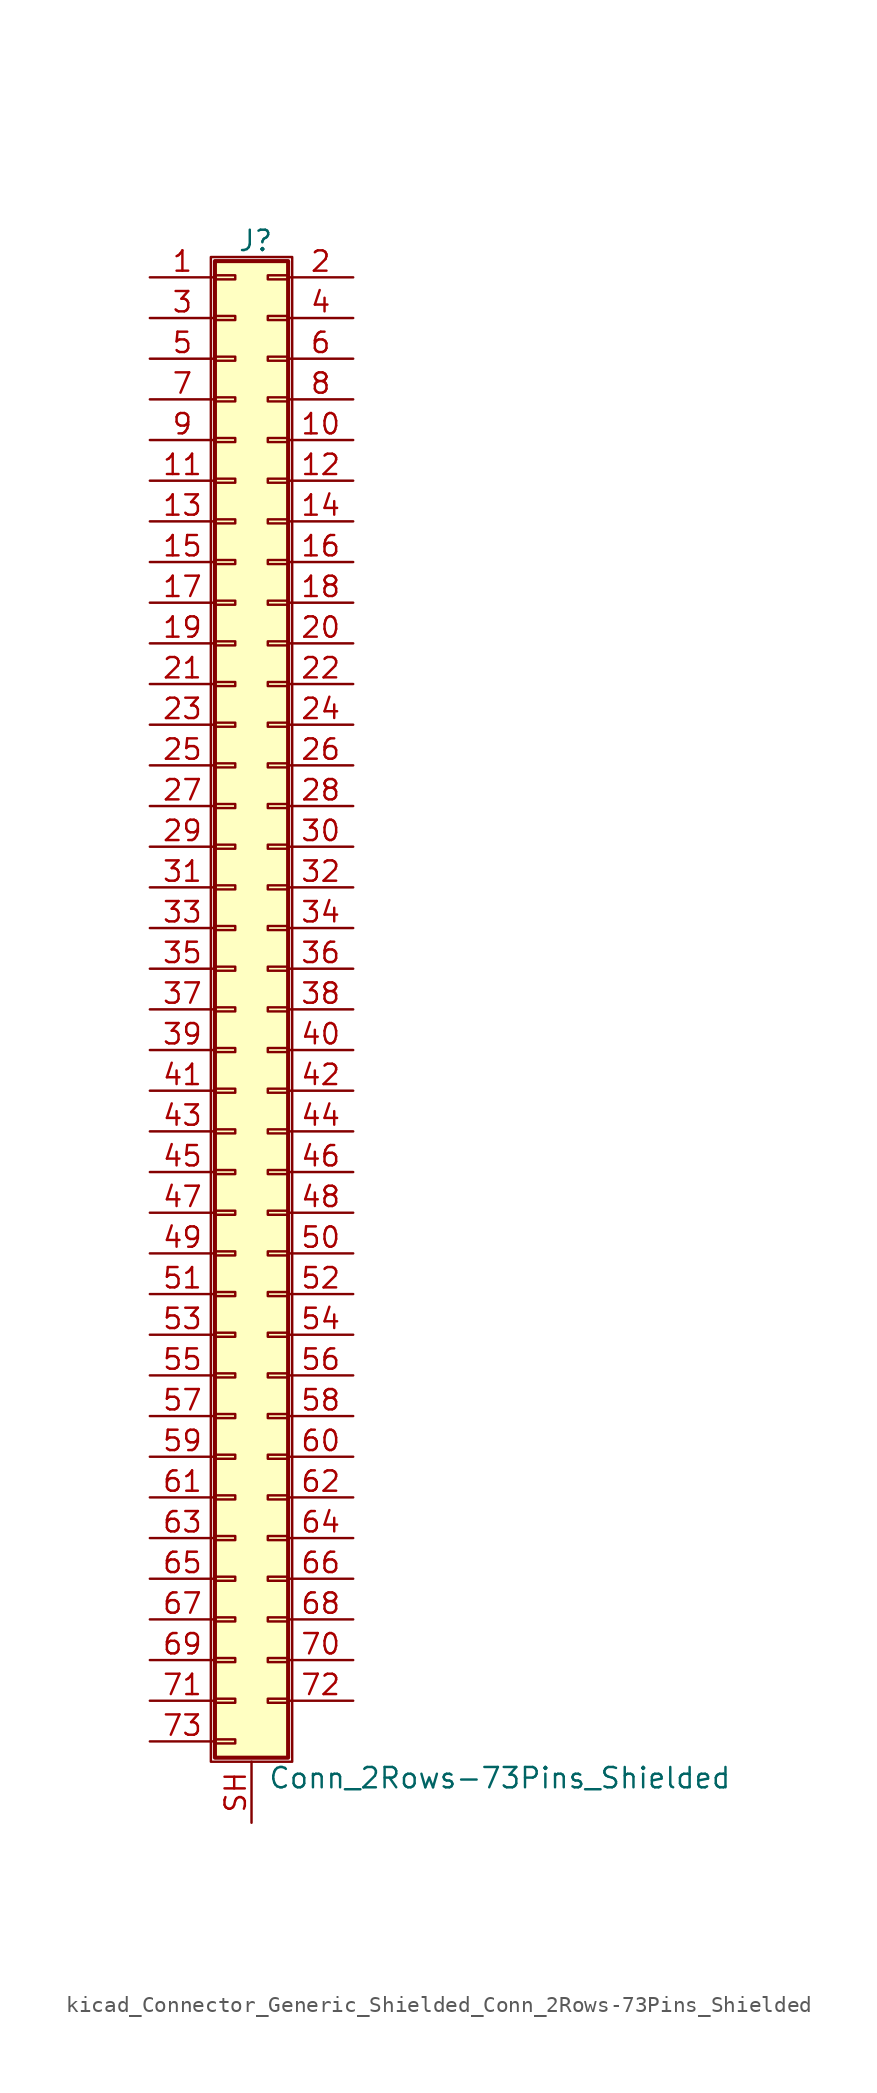
<source format=kicad_sym>
(kicad_symbol_lib
  (version 20220914)
  (generator kicad_symbol_editor)
  (symbol "kicad_Connector_Generic_Shielded_Conn_2Rows-73Pins_Shielded"
    (pin_names
      (offset 1.016) hide)
    (property "Reference" "J"
      (at 1.524 48.006 0)
      (effects (font (size 1.27 1.27))))
    (property "Value" "Conn_2Rows-73Pins_Shielded"
      (at 2.286 -48.006 0)
      (effects (font (size 1.27 1.27)) (justify left)))
    (symbol "kicad_Connector_Generic_Shielded_Conn_2Rows-73Pins_Shielded_1_1"
      (rectangle (start -1.27 46.99) (end 3.81 -46.99) (stroke (width 0.152) (type default)) (fill (type none)))
      (rectangle (start -1.016 -45.593) (end 0.254 -45.847) (stroke (width 0.152) (type default)) (fill (type none)))
      (rectangle (start -1.016 -43.053) (end 0.254 -43.307) (stroke (width 0.152) (type default)) (fill (type none)))
      (rectangle (start -1.016 -40.513) (end 0.254 -40.767) (stroke (width 0.152) (type default)) (fill (type none)))
      (rectangle (start -1.016 -37.973) (end 0.254 -38.227) (stroke (width 0.152) (type default)) (fill (type none)))
      (rectangle (start -1.016 -35.433) (end 0.254 -35.687) (stroke (width 0.152) (type default)) (fill (type none)))
      (rectangle (start -1.016 -32.893) (end 0.254 -33.147) (stroke (width 0.152) (type default)) (fill (type none)))
      (rectangle (start -1.016 -30.353) (end 0.254 -30.607) (stroke (width 0.152) (type default)) (fill (type none)))
      (rectangle (start -1.016 -27.813) (end 0.254 -28.067) (stroke (width 0.152) (type default)) (fill (type none)))
      (rectangle (start -1.016 -25.273) (end 0.254 -25.527) (stroke (width 0.152) (type default)) (fill (type none)))
      (rectangle (start -1.016 -22.733) (end 0.254 -22.987) (stroke (width 0.152) (type default)) (fill (type none)))
      (rectangle (start -1.016 -20.193) (end 0.254 -20.447) (stroke (width 0.152) (type default)) (fill (type none)))
      (rectangle (start -1.016 -17.653) (end 0.254 -17.907) (stroke (width 0.152) (type default)) (fill (type none)))
      (rectangle (start -1.016 -15.113) (end 0.254 -15.367) (stroke (width 0.152) (type default)) (fill (type none)))
      (rectangle (start -1.016 -12.573) (end 0.254 -12.827) (stroke (width 0.152) (type default)) (fill (type none)))
      (rectangle (start -1.016 -10.033) (end 0.254 -10.287) (stroke (width 0.152) (type default)) (fill (type none)))
      (rectangle (start -1.016 -7.493) (end 0.254 -7.747) (stroke (width 0.152) (type default)) (fill (type none)))
      (rectangle (start -1.016 -4.953) (end 0.254 -5.207) (stroke (width 0.152) (type default)) (fill (type none)))
      (rectangle (start -1.016 -2.413) (end 0.254 -2.667) (stroke (width 0.152) (type default)) (fill (type none)))
      (rectangle (start -1.016 0.127) (end 0.254 -0.127) (stroke (width 0.152) (type default)) (fill (type none)))
      (rectangle (start -1.016 2.667) (end 0.254 2.413) (stroke (width 0.152) (type default)) (fill (type none)))
      (rectangle (start -1.016 5.207) (end 0.254 4.953) (stroke (width 0.152) (type default)) (fill (type none)))
      (rectangle (start -1.016 7.747) (end 0.254 7.493) (stroke (width 0.152) (type default)) (fill (type none)))
      (rectangle (start -1.016 10.287) (end 0.254 10.033) (stroke (width 0.152) (type default)) (fill (type none)))
      (rectangle (start -1.016 12.827) (end 0.254 12.573) (stroke (width 0.152) (type default)) (fill (type none)))
      (rectangle (start -1.016 15.367) (end 0.254 15.113) (stroke (width 0.152) (type default)) (fill (type none)))
      (rectangle (start -1.016 17.907) (end 0.254 17.653) (stroke (width 0.152) (type default)) (fill (type none)))
      (rectangle (start -1.016 20.447) (end 0.254 20.193) (stroke (width 0.152) (type default)) (fill (type none)))
      (rectangle (start -1.016 22.987) (end 0.254 22.733) (stroke (width 0.152) (type default)) (fill (type none)))
      (rectangle (start -1.016 25.527) (end 0.254 25.273) (stroke (width 0.152) (type default)) (fill (type none)))
      (rectangle (start -1.016 28.067) (end 0.254 27.813) (stroke (width 0.152) (type default)) (fill (type none)))
      (rectangle (start -1.016 30.607) (end 0.254 30.353) (stroke (width 0.152) (type default)) (fill (type none)))
      (rectangle (start -1.016 33.147) (end 0.254 32.893) (stroke (width 0.152) (type default)) (fill (type none)))
      (rectangle (start -1.016 35.687) (end 0.254 35.433) (stroke (width 0.152) (type default)) (fill (type none)))
      (rectangle (start -1.016 38.227) (end 0.254 37.973) (stroke (width 0.152) (type default)) (fill (type none)))
      (rectangle (start -1.016 40.767) (end 0.254 40.513) (stroke (width 0.152) (type default)) (fill (type none)))
      (rectangle (start -1.016 43.307) (end 0.254 43.053) (stroke (width 0.152) (type default)) (fill (type none)))
      (rectangle (start -1.016 45.847) (end 0.254 45.593) (stroke (width 0.152) (type default)) (fill (type none)))
      (rectangle (start -1.016 46.736) (end 3.556 -46.736) (stroke (width 0.254) (type default)) (fill (type background)))
      (rectangle (start 3.556 -43.053) (end 2.286 -43.307) (stroke (width 0.152) (type default)) (fill (type none)))
      (rectangle (start 3.556 -40.513) (end 2.286 -40.767) (stroke (width 0.152) (type default)) (fill (type none)))
      (rectangle (start 3.556 -37.973) (end 2.286 -38.227) (stroke (width 0.152) (type default)) (fill (type none)))
      (rectangle (start 3.556 -35.433) (end 2.286 -35.687) (stroke (width 0.152) (type default)) (fill (type none)))
      (rectangle (start 3.556 -32.893) (end 2.286 -33.147) (stroke (width 0.152) (type default)) (fill (type none)))
      (rectangle (start 3.556 -30.353) (end 2.286 -30.607) (stroke (width 0.152) (type default)) (fill (type none)))
      (rectangle (start 3.556 -27.813) (end 2.286 -28.067) (stroke (width 0.152) (type default)) (fill (type none)))
      (rectangle (start 3.556 -25.273) (end 2.286 -25.527) (stroke (width 0.152) (type default)) (fill (type none)))
      (rectangle (start 3.556 -22.733) (end 2.286 -22.987) (stroke (width 0.152) (type default)) (fill (type none)))
      (rectangle (start 3.556 -20.193) (end 2.286 -20.447) (stroke (width 0.152) (type default)) (fill (type none)))
      (rectangle (start 3.556 -17.653) (end 2.286 -17.907) (stroke (width 0.152) (type default)) (fill (type none)))
      (rectangle (start 3.556 -15.113) (end 2.286 -15.367) (stroke (width 0.152) (type default)) (fill (type none)))
      (rectangle (start 3.556 -12.573) (end 2.286 -12.827) (stroke (width 0.152) (type default)) (fill (type none)))
      (rectangle (start 3.556 -10.033) (end 2.286 -10.287) (stroke (width 0.152) (type default)) (fill (type none)))
      (rectangle (start 3.556 -7.493) (end 2.286 -7.747) (stroke (width 0.152) (type default)) (fill (type none)))
      (rectangle (start 3.556 -4.953) (end 2.286 -5.207) (stroke (width 0.152) (type default)) (fill (type none)))
      (rectangle (start 3.556 -2.413) (end 2.286 -2.667) (stroke (width 0.152) (type default)) (fill (type none)))
      (rectangle (start 3.556 0.127) (end 2.286 -0.127) (stroke (width 0.152) (type default)) (fill (type none)))
      (rectangle (start 3.556 2.667) (end 2.286 2.413) (stroke (width 0.152) (type default)) (fill (type none)))
      (rectangle (start 3.556 5.207) (end 2.286 4.953) (stroke (width 0.152) (type default)) (fill (type none)))
      (rectangle (start 3.556 7.747) (end 2.286 7.493) (stroke (width 0.152) (type default)) (fill (type none)))
      (rectangle (start 3.556 10.287) (end 2.286 10.033) (stroke (width 0.152) (type default)) (fill (type none)))
      (rectangle (start 3.556 12.827) (end 2.286 12.573) (stroke (width 0.152) (type default)) (fill (type none)))
      (rectangle (start 3.556 15.367) (end 2.286 15.113) (stroke (width 0.152) (type default)) (fill (type none)))
      (rectangle (start 3.556 17.907) (end 2.286 17.653) (stroke (width 0.152) (type default)) (fill (type none)))
      (rectangle (start 3.556 20.447) (end 2.286 20.193) (stroke (width 0.152) (type default)) (fill (type none)))
      (rectangle (start 3.556 22.987) (end 2.286 22.733) (stroke (width 0.152) (type default)) (fill (type none)))
      (rectangle (start 3.556 25.527) (end 2.286 25.273) (stroke (width 0.152) (type default)) (fill (type none)))
      (rectangle (start 3.556 28.067) (end 2.286 27.813) (stroke (width 0.152) (type default)) (fill (type none)))
      (rectangle (start 3.556 30.607) (end 2.286 30.353) (stroke (width 0.152) (type default)) (fill (type none)))
      (rectangle (start 3.556 33.147) (end 2.286 32.893) (stroke (width 0.152) (type default)) (fill (type none)))
      (rectangle (start 3.556 35.687) (end 2.286 35.433) (stroke (width 0.152) (type default)) (fill (type none)))
      (rectangle (start 3.556 38.227) (end 2.286 37.973) (stroke (width 0.152) (type default)) (fill (type none)))
      (rectangle (start 3.556 40.767) (end 2.286 40.513) (stroke (width 0.152) (type default)) (fill (type none)))
      (rectangle (start 3.556 43.307) (end 2.286 43.053) (stroke (width 0.152) (type default)) (fill (type none)))
      (rectangle (start 3.556 45.847) (end 2.286 45.593) (stroke (width 0.152) (type default)) (fill (type none)))
      (pin passive line (at -5.08 45.72 0) (length 4.064) (name "Pin_1" (effects (font (size 1.27 1.27)))) (number "1" (effects (font (size 1.27 1.27)))))
      (pin passive line (at 7.62 35.56 180) (length 4.064) (name "Pin_10" (effects (font (size 1.27 1.27)))) (number "10" (effects (font (size 1.27 1.27)))))
      (pin passive line (at -5.08 33.02 0) (length 4.064) (name "Pin_11" (effects (font (size 1.27 1.27)))) (number "11" (effects (font (size 1.27 1.27)))))
      (pin passive line (at 7.62 33.02 180) (length 4.064) (name "Pin_12" (effects (font (size 1.27 1.27)))) (number "12" (effects (font (size 1.27 1.27)))))
      (pin passive line (at -5.08 30.48 0) (length 4.064) (name "Pin_13" (effects (font (size 1.27 1.27)))) (number "13" (effects (font (size 1.27 1.27)))))
      (pin passive line (at 7.62 30.48 180) (length 4.064) (name "Pin_14" (effects (font (size 1.27 1.27)))) (number "14" (effects (font (size 1.27 1.27)))))
      (pin passive line (at -5.08 27.94 0) (length 4.064) (name "Pin_15" (effects (font (size 1.27 1.27)))) (number "15" (effects (font (size 1.27 1.27)))))
      (pin passive line (at 7.62 27.94 180) (length 4.064) (name "Pin_16" (effects (font (size 1.27 1.27)))) (number "16" (effects (font (size 1.27 1.27)))))
      (pin passive line (at -5.08 25.4 0) (length 4.064) (name "Pin_17" (effects (font (size 1.27 1.27)))) (number "17" (effects (font (size 1.27 1.27)))))
      (pin passive line (at 7.62 25.4 180) (length 4.064) (name "Pin_18" (effects (font (size 1.27 1.27)))) (number "18" (effects (font (size 1.27 1.27)))))
      (pin passive line (at -5.08 22.86 0) (length 4.064) (name "Pin_19" (effects (font (size 1.27 1.27)))) (number "19" (effects (font (size 1.27 1.27)))))
      (pin passive line (at 7.62 45.72 180) (length 4.064) (name "Pin_2" (effects (font (size 1.27 1.27)))) (number "2" (effects (font (size 1.27 1.27)))))
      (pin passive line (at 7.62 22.86 180) (length 4.064) (name "Pin_20" (effects (font (size 1.27 1.27)))) (number "20" (effects (font (size 1.27 1.27)))))
      (pin passive line (at -5.08 20.32 0) (length 4.064) (name "Pin_21" (effects (font (size 1.27 1.27)))) (number "21" (effects (font (size 1.27 1.27)))))
      (pin passive line (at 7.62 20.32 180) (length 4.064) (name "Pin_22" (effects (font (size 1.27 1.27)))) (number "22" (effects (font (size 1.27 1.27)))))
      (pin passive line (at -5.08 17.78 0) (length 4.064) (name "Pin_23" (effects (font (size 1.27 1.27)))) (number "23" (effects (font (size 1.27 1.27)))))
      (pin passive line (at 7.62 17.78 180) (length 4.064) (name "Pin_24" (effects (font (size 1.27 1.27)))) (number "24" (effects (font (size 1.27 1.27)))))
      (pin passive line (at -5.08 15.24 0) (length 4.064) (name "Pin_25" (effects (font (size 1.27 1.27)))) (number "25" (effects (font (size 1.27 1.27)))))
      (pin passive line (at 7.62 15.24 180) (length 4.064) (name "Pin_26" (effects (font (size 1.27 1.27)))) (number "26" (effects (font (size 1.27 1.27)))))
      (pin passive line (at -5.08 12.7 0) (length 4.064) (name "Pin_27" (effects (font (size 1.27 1.27)))) (number "27" (effects (font (size 1.27 1.27)))))
      (pin passive line (at 7.62 12.7 180) (length 4.064) (name "Pin_28" (effects (font (size 1.27 1.27)))) (number "28" (effects (font (size 1.27 1.27)))))
      (pin passive line (at -5.08 10.16 0) (length 4.064) (name "Pin_29" (effects (font (size 1.27 1.27)))) (number "29" (effects (font (size 1.27 1.27)))))
      (pin passive line (at -5.08 43.18 0) (length 4.064) (name "Pin_3" (effects (font (size 1.27 1.27)))) (number "3" (effects (font (size 1.27 1.27)))))
      (pin passive line (at 7.62 10.16 180) (length 4.064) (name "Pin_30" (effects (font (size 1.27 1.27)))) (number "30" (effects (font (size 1.27 1.27)))))
      (pin passive line (at -5.08 7.62 0) (length 4.064) (name "Pin_31" (effects (font (size 1.27 1.27)))) (number "31" (effects (font (size 1.27 1.27)))))
      (pin passive line (at 7.62 7.62 180) (length 4.064) (name "Pin_32" (effects (font (size 1.27 1.27)))) (number "32" (effects (font (size 1.27 1.27)))))
      (pin passive line (at -5.08 5.08 0) (length 4.064) (name "Pin_33" (effects (font (size 1.27 1.27)))) (number "33" (effects (font (size 1.27 1.27)))))
      (pin passive line (at 7.62 5.08 180) (length 4.064) (name "Pin_34" (effects (font (size 1.27 1.27)))) (number "34" (effects (font (size 1.27 1.27)))))
      (pin passive line (at -5.08 2.54 0) (length 4.064) (name "Pin_35" (effects (font (size 1.27 1.27)))) (number "35" (effects (font (size 1.27 1.27)))))
      (pin passive line (at 7.62 2.54 180) (length 4.064) (name "Pin_36" (effects (font (size 1.27 1.27)))) (number "36" (effects (font (size 1.27 1.27)))))
      (pin passive line (at -5.08 0 0) (length 4.064) (name "Pin_37" (effects (font (size 1.27 1.27)))) (number "37" (effects (font (size 1.27 1.27)))))
      (pin passive line (at 7.62 0 180) (length 4.064) (name "Pin_38" (effects (font (size 1.27 1.27)))) (number "38" (effects (font (size 1.27 1.27)))))
      (pin passive line (at -5.08 -2.54 0) (length 4.064) (name "Pin_39" (effects (font (size 1.27 1.27)))) (number "39" (effects (font (size 1.27 1.27)))))
      (pin passive line (at 7.62 43.18 180) (length 4.064) (name "Pin_4" (effects (font (size 1.27 1.27)))) (number "4" (effects (font (size 1.27 1.27)))))
      (pin passive line (at 7.62 -2.54 180) (length 4.064) (name "Pin_40" (effects (font (size 1.27 1.27)))) (number "40" (effects (font (size 1.27 1.27)))))
      (pin passive line (at -5.08 -5.08 0) (length 4.064) (name "Pin_41" (effects (font (size 1.27 1.27)))) (number "41" (effects (font (size 1.27 1.27)))))
      (pin passive line (at 7.62 -5.08 180) (length 4.064) (name "Pin_42" (effects (font (size 1.27 1.27)))) (number "42" (effects (font (size 1.27 1.27)))))
      (pin passive line (at -5.08 -7.62 0) (length 4.064) (name "Pin_43" (effects (font (size 1.27 1.27)))) (number "43" (effects (font (size 1.27 1.27)))))
      (pin passive line (at 7.62 -7.62 180) (length 4.064) (name "Pin_44" (effects (font (size 1.27 1.27)))) (number "44" (effects (font (size 1.27 1.27)))))
      (pin passive line (at -5.08 -10.16 0) (length 4.064) (name "Pin_45" (effects (font (size 1.27 1.27)))) (number "45" (effects (font (size 1.27 1.27)))))
      (pin passive line (at 7.62 -10.16 180) (length 4.064) (name "Pin_46" (effects (font (size 1.27 1.27)))) (number "46" (effects (font (size 1.27 1.27)))))
      (pin passive line (at -5.08 -12.7 0) (length 4.064) (name "Pin_47" (effects (font (size 1.27 1.27)))) (number "47" (effects (font (size 1.27 1.27)))))
      (pin passive line (at 7.62 -12.7 180) (length 4.064) (name "Pin_48" (effects (font (size 1.27 1.27)))) (number "48" (effects (font (size 1.27 1.27)))))
      (pin passive line (at -5.08 -15.24 0) (length 4.064) (name "Pin_49" (effects (font (size 1.27 1.27)))) (number "49" (effects (font (size 1.27 1.27)))))
      (pin passive line (at -5.08 40.64 0) (length 4.064) (name "Pin_5" (effects (font (size 1.27 1.27)))) (number "5" (effects (font (size 1.27 1.27)))))
      (pin passive line (at 7.62 -15.24 180) (length 4.064) (name "Pin_50" (effects (font (size 1.27 1.27)))) (number "50" (effects (font (size 1.27 1.27)))))
      (pin passive line (at -5.08 -17.78 0) (length 4.064) (name "Pin_51" (effects (font (size 1.27 1.27)))) (number "51" (effects (font (size 1.27 1.27)))))
      (pin passive line (at 7.62 -17.78 180) (length 4.064) (name "Pin_52" (effects (font (size 1.27 1.27)))) (number "52" (effects (font (size 1.27 1.27)))))
      (pin passive line (at -5.08 -20.32 0) (length 4.064) (name "Pin_53" (effects (font (size 1.27 1.27)))) (number "53" (effects (font (size 1.27 1.27)))))
      (pin passive line (at 7.62 -20.32 180) (length 4.064) (name "Pin_54" (effects (font (size 1.27 1.27)))) (number "54" (effects (font (size 1.27 1.27)))))
      (pin passive line (at -5.08 -22.86 0) (length 4.064) (name "Pin_55" (effects (font (size 1.27 1.27)))) (number "55" (effects (font (size 1.27 1.27)))))
      (pin passive line (at 7.62 -22.86 180) (length 4.064) (name "Pin_56" (effects (font (size 1.27 1.27)))) (number "56" (effects (font (size 1.27 1.27)))))
      (pin passive line (at -5.08 -25.4 0) (length 4.064) (name "Pin_57" (effects (font (size 1.27 1.27)))) (number "57" (effects (font (size 1.27 1.27)))))
      (pin passive line (at 7.62 -25.4 180) (length 4.064) (name "Pin_58" (effects (font (size 1.27 1.27)))) (number "58" (effects (font (size 1.27 1.27)))))
      (pin passive line (at -5.08 -27.94 0) (length 4.064) (name "Pin_59" (effects (font (size 1.27 1.27)))) (number "59" (effects (font (size 1.27 1.27)))))
      (pin passive line (at 7.62 40.64 180) (length 4.064) (name "Pin_6" (effects (font (size 1.27 1.27)))) (number "6" (effects (font (size 1.27 1.27)))))
      (pin passive line (at 7.62 -27.94 180) (length 4.064) (name "Pin_60" (effects (font (size 1.27 1.27)))) (number "60" (effects (font (size 1.27 1.27)))))
      (pin passive line (at -5.08 -30.48 0) (length 4.064) (name "Pin_61" (effects (font (size 1.27 1.27)))) (number "61" (effects (font (size 1.27 1.27)))))
      (pin passive line (at 7.62 -30.48 180) (length 4.064) (name "Pin_62" (effects (font (size 1.27 1.27)))) (number "62" (effects (font (size 1.27 1.27)))))
      (pin passive line (at -5.08 -33.02 0) (length 4.064) (name "Pin_63" (effects (font (size 1.27 1.27)))) (number "63" (effects (font (size 1.27 1.27)))))
      (pin passive line (at 7.62 -33.02 180) (length 4.064) (name "Pin_64" (effects (font (size 1.27 1.27)))) (number "64" (effects (font (size 1.27 1.27)))))
      (pin passive line (at -5.08 -35.56 0) (length 4.064) (name "Pin_65" (effects (font (size 1.27 1.27)))) (number "65" (effects (font (size 1.27 1.27)))))
      (pin passive line (at 7.62 -35.56 180) (length 4.064) (name "Pin_66" (effects (font (size 1.27 1.27)))) (number "66" (effects (font (size 1.27 1.27)))))
      (pin passive line (at -5.08 -38.1 0) (length 4.064) (name "Pin_67" (effects (font (size 1.27 1.27)))) (number "67" (effects (font (size 1.27 1.27)))))
      (pin passive line (at 7.62 -38.1 180) (length 4.064) (name "Pin_68" (effects (font (size 1.27 1.27)))) (number "68" (effects (font (size 1.27 1.27)))))
      (pin passive line (at -5.08 -40.64 0) (length 4.064) (name "Pin_69" (effects (font (size 1.27 1.27)))) (number "69" (effects (font (size 1.27 1.27)))))
      (pin passive line (at -5.08 38.1 0) (length 4.064) (name "Pin_7" (effects (font (size 1.27 1.27)))) (number "7" (effects (font (size 1.27 1.27)))))
      (pin passive line (at 7.62 -40.64 180) (length 4.064) (name "Pin_70" (effects (font (size 1.27 1.27)))) (number "70" (effects (font (size 1.27 1.27)))))
      (pin passive line (at -5.08 -43.18 0) (length 4.064) (name "Pin_71" (effects (font (size 1.27 1.27)))) (number "71" (effects (font (size 1.27 1.27)))))
      (pin passive line (at 7.62 -43.18 180) (length 4.064) (name "Pin_72" (effects (font (size 1.27 1.27)))) (number "72" (effects (font (size 1.27 1.27)))))
      (pin passive line (at -5.08 -45.72 0) (length 4.064) (name "Pin_73" (effects (font (size 1.27 1.27)))) (number "73" (effects (font (size 1.27 1.27)))))
      (pin passive line (at 7.62 38.1 180) (length 4.064) (name "Pin_8" (effects (font (size 1.27 1.27)))) (number "8" (effects (font (size 1.27 1.27)))))
      (pin passive line (at -5.08 35.56 0) (length 4.064) (name "Pin_9" (effects (font (size 1.27 1.27)))) (number "9" (effects (font (size 1.27 1.27)))))
      (pin passive line (at 1.27 -50.8 90) (length 3.81) (name "Shield" (effects (font (size 1.27 1.27)))) (number "SH" (effects (font (size 1.27 1.27))))))))
</source>
